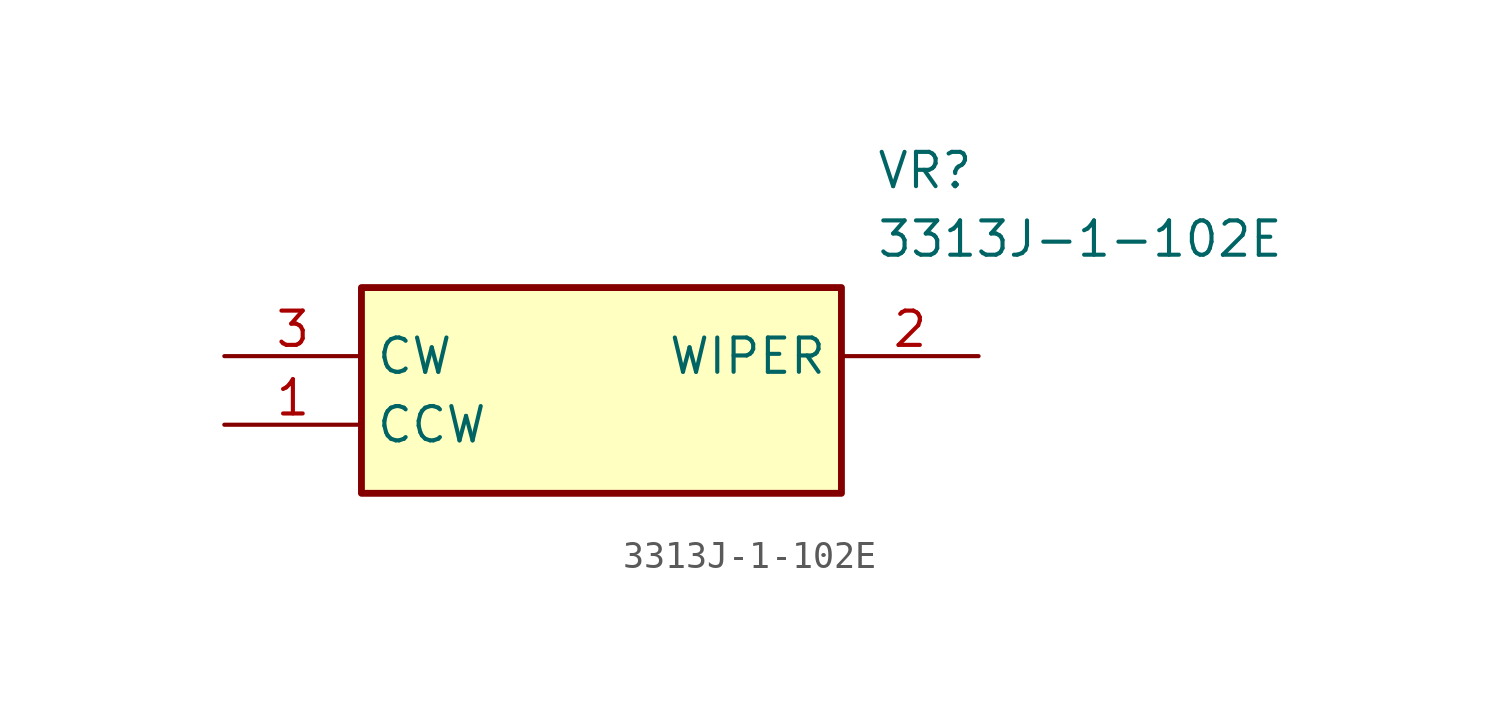
<source format=kicad_sym>
(kicad_symbol_lib
  (version 20211014)
  (generator SamacSys_ECAD_Model)
  (symbol "3313J-1-102E"
    (property "Reference" "VR"
      (at 24.13 7.62 0)
      (effects (font (size 1.27 1.27)) (justify left top)))
    (property "Value" "3313J-1-102E"
      (at 24.13 5.08 0)
      (effects (font (size 1.27 1.27)) (justify left top)))
    (rectangle
      (start 5.08 2.54)
      (end 22.86 -5.08)
      (stroke (width 0.254) (type default))
      (fill (type background)))
    (pin passive line
      (at 0 -2.54 0)
      (length 5.08)
      (name "CCW" (effects (font (size 1.27 1.27))))
      (number "1" (effects (font (size 1.27 1.27)))))
    (pin passive line
      (at 27.94 0 180)
      (length 5.08)
      (name "WIPER" (effects (font (size 1.27 1.27))))
      (number "2" (effects (font (size 1.27 1.27)))))
    (pin passive line
      (at 0 0 0)
      (length 5.08)
      (name "CW" (effects (font (size 1.27 1.27))))
      (number "3" (effects (font (size 1.27 1.27)))))))
</source>
